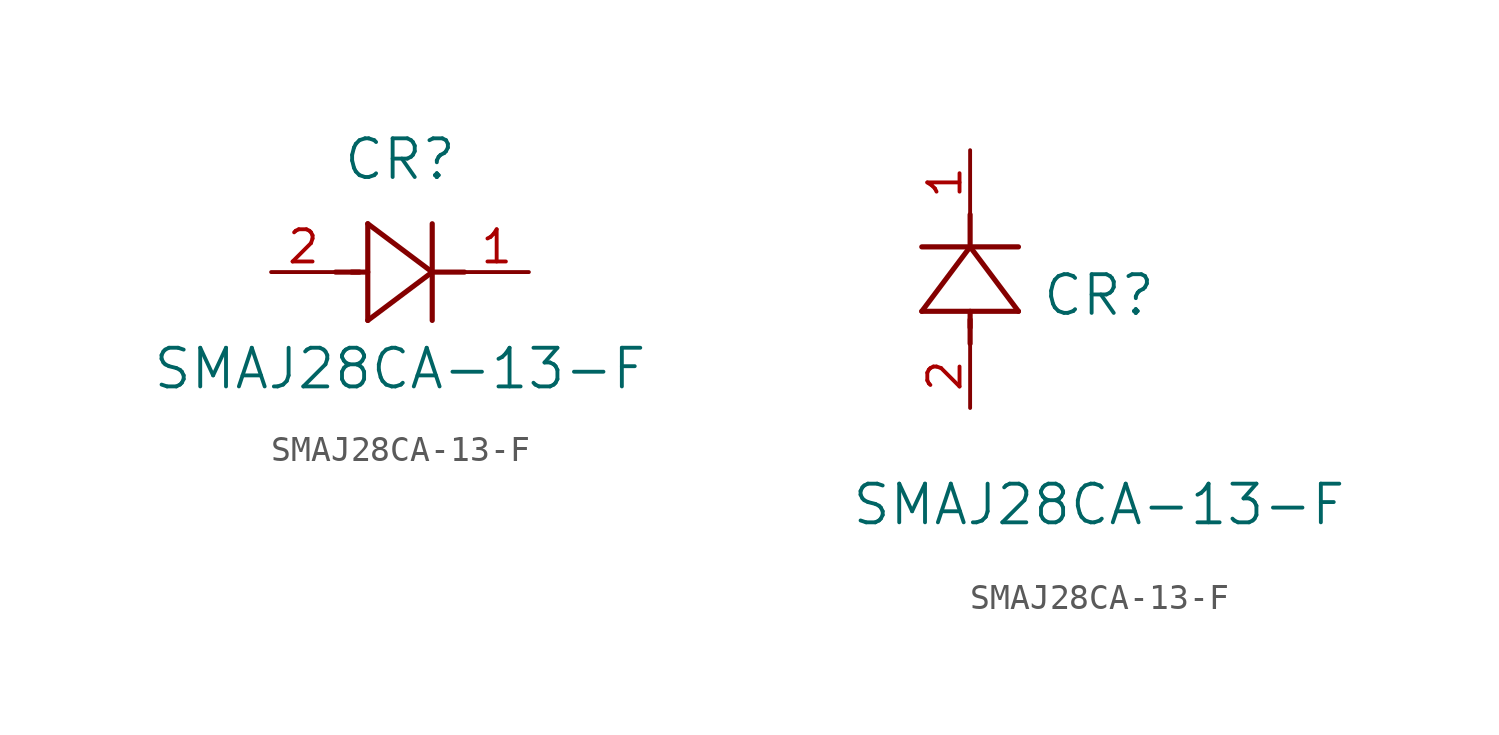
<source format=kicad_sym>
(kicad_symbol_lib
  (version 20211014)
  (generator kicad_symbol_editor)
  (symbol "SMAJ28CA-13-F"
    (pin_names
      (offset 0.254))
    (property "Reference" "CR"
      (at 5.08 4.445 0)
      (effects (font (size 1.524 1.524))))
    (property "Value" "SMAJ28CA-13-F"
      (at 5.08 -3.81 0)
      (effects (font (size 1.524 1.524))))
    (symbol "SMAJ28CA-13-F_1_1"
      (polyline (pts (xy 2.54 0) (xy 3.48 0)) (stroke (width 0.203) (type default) (color 0 0 0 0)) (fill (type none)))
      (polyline (pts (xy 3.81 1.905) (xy 3.81 -1.905)) (stroke (width 0.203) (type default) (color 0 0 0 0)) (fill (type none)))
      (polyline (pts (xy 3.175 0) (xy 3.81 0)) (stroke (width 0.203) (type default) (color 0 0 0 0)) (fill (type none)))
      (polyline (pts (xy 6.35 -1.905) (xy 6.35 1.905)) (stroke (width 0.203) (type default) (color 0 0 0 0)) (fill (type none)))
      (polyline (pts (xy 6.35 0) (xy 7.62 0)) (stroke (width 0.203) (type default) (color 0 0 0 0)) (fill (type none)))
      (polyline (pts (xy 6.35 0) (xy 3.81 1.905)) (stroke (width 0.203) (type default) (color 0 0 0 0)) (fill (type none)))
      (polyline (pts (xy 3.81 -1.905) (xy 6.35 0)) (stroke (width 0.203) (type default) (color 0 0 0 0)) (fill (type none)))
      (pin unspecified line (at 0 0 0) (length 2.54) (name "" (effects (font (size 1.27 1.27)))) (number "2" (effects (font (size 1.27 1.27)))))
      (pin unspecified line (at 10.16 0 180) (length 2.54) (name "" (effects (font (size 1.27 1.27)))) (number "1" (effects (font (size 1.27 1.27))))))
    (symbol "SMAJ28CA-13-F_1_2"
      (polyline (pts (xy 0 2.54) (xy 0 3.48)) (stroke (width 0.203) (type default) (color 0 0 0 0)) (fill (type none)))
      (polyline (pts (xy -1.905 3.81) (xy 1.905 3.81)) (stroke (width 0.203) (type default) (color 0 0 0 0)) (fill (type none)))
      (polyline (pts (xy 0 3.175) (xy 0 3.81)) (stroke (width 0.203) (type default) (color 0 0 0 0)) (fill (type none)))
      (polyline (pts (xy 1.905 6.35) (xy -1.905 6.35)) (stroke (width 0.203) (type default) (color 0 0 0 0)) (fill (type none)))
      (polyline (pts (xy 0 6.35) (xy 0 7.62)) (stroke (width 0.203) (type default) (color 0 0 0 0)) (fill (type none)))
      (polyline (pts (xy 0 6.35) (xy -1.905 3.81)) (stroke (width 0.203) (type default) (color 0 0 0 0)) (fill (type none)))
      (polyline (pts (xy 1.905 3.81) (xy 0 6.35)) (stroke (width 0.203) (type default) (color 0 0 0 0)) (fill (type none)))
      (pin unspecified line (at 0 0 90) (length 2.54) (name "" (effects (font (size 1.27 1.27)))) (number "2" (effects (font (size 1.27 1.27)))))
      (pin unspecified line (at 0 10.16 270) (length 2.54) (name "" (effects (font (size 1.27 1.27)))) (number "1" (effects (font (size 1.27 1.27))))))))
</source>
